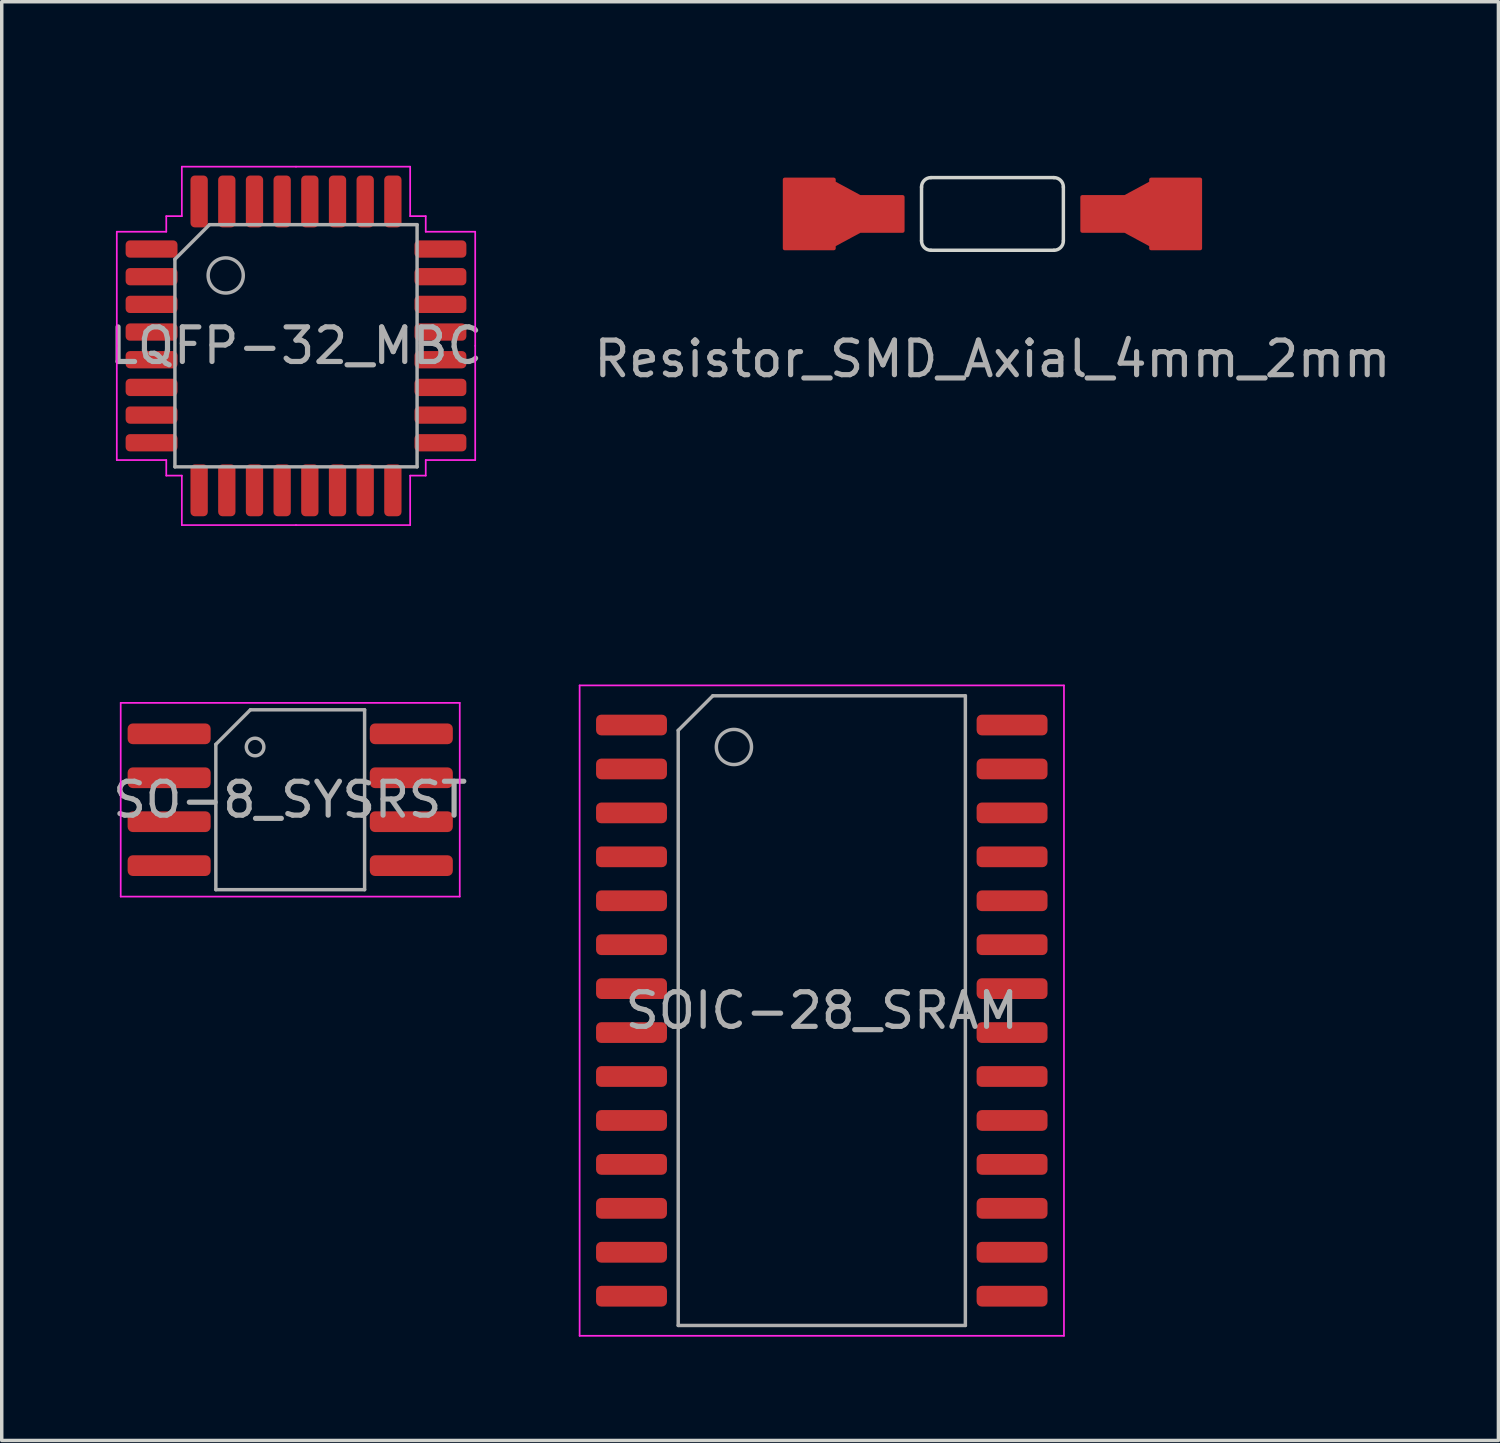
<source format=kicad_pcb>
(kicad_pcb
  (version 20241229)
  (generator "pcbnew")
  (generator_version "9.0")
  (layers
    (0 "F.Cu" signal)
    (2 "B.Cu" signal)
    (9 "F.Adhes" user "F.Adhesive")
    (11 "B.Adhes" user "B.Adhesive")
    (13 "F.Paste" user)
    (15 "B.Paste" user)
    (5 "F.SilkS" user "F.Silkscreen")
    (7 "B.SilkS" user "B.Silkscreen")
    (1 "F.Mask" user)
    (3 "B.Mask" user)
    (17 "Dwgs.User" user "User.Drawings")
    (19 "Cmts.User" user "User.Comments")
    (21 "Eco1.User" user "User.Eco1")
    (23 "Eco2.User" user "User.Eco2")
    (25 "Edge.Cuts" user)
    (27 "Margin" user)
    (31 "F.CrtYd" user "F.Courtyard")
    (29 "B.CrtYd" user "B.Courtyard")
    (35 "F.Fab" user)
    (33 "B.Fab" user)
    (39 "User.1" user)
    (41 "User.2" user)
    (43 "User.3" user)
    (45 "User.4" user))
  (footprint "SO-8_SYSRST"
    (layer "F.Cu")
    (at 5.339 20.066)
    (property "Reference" "SO-8_SYSRST" (at 0 -4.064 0) (layer "F.Mask") (effects (font (size 1 1) (thickness 0.15))))
    (attr smd)
    (fp_line (start -4.9 -2.8) (end -4.9 2.8) (stroke (width 0.05) (type solid)) (layer "F.CrtYd"))
    (fp_line (start -4.9 2.8) (end 4.9 2.8) (stroke (width 0.05) (type solid)) (layer "F.CrtYd"))
    (fp_line (start 4.9 -2.8) (end -4.9 -2.8) (stroke (width 0.05) (type solid)) (layer "F.CrtYd"))
    (fp_line (start 4.9 2.8) (end 4.9 -2.8) (stroke (width 0.05) (type solid)) (layer "F.CrtYd"))
    (fp_line (start -2.15 -1.6) (end -1.15 -2.6) (stroke (width 0.1) (type solid)) (layer "F.Fab"))
    (fp_line (start -2.15 2.6) (end -2.15 -1.6) (stroke (width 0.1) (type solid)) (layer "F.Fab"))
    (fp_line (start 2.15 -2.6) (end -1.15 -2.6) (stroke (width 0.1) (type solid)) (layer "F.Fab"))
    (fp_line (start 2.15 -2.6) (end 2.15 2.6) (stroke (width 0.1) (type solid)) (layer "F.Fab"))
    (fp_line (start 2.15 2.6) (end -2.15 2.6) (stroke (width 0.1) (type solid)) (layer "F.Fab"))
    (fp_circle (center -1.016 -1.524) (end -0.762 -1.524) (stroke (width 0.1) (type solid)) (fill no) (layer "F.Fab"))
    (fp_text user "${REFERENCE}" (at 0 0 0) (layer "F.Fab") (effects (font (size 0.98 0.98) (thickness 0.15))))
    (pad "1" smd roundrect (at -3.5 -1.905) (size 2.4 0.6) (layers "F.Cu" "F.Mask" "F.Paste") (roundrect_rratio 0.25))
    (pad "2" smd roundrect (at -3.5 -0.635) (size 2.4 0.6) (layers "F.Cu" "F.Mask" "F.Paste") (roundrect_rratio 0.25))
    (pad "3" smd roundrect (at -3.5 0.635) (size 2.4 0.6) (layers "F.Cu" "F.Mask" "F.Paste") (roundrect_rratio 0.25))
    (pad "4" smd roundrect (at -3.5 1.905) (size 2.4 0.6) (layers "F.Cu" "F.Mask" "F.Paste") (roundrect_rratio 0.25))
    (pad "5" smd roundrect (at 3.5 1.905) (size 2.4 0.6) (layers "F.Cu" "F.Mask" "F.Paste") (roundrect_rratio 0.25))
    (pad "6" smd roundrect (at 3.5 0.635) (size 2.4 0.6) (layers "F.Cu" "F.Mask" "F.Paste") (roundrect_rratio 0.25))
    (pad "7" smd roundrect (at 3.5 -0.635) (size 2.4 0.6) (layers "F.Cu" "F.Mask" "F.Paste") (roundrect_rratio 0.25))
    (pad "8" smd roundrect (at 3.5 -1.905) (size 2.4 0.6) (layers "F.Cu" "F.Mask" "F.Paste") (roundrect_rratio 0.25))
    (zone (net_name "") (layer "F.Cu") (name "PAD_FIX") (hatch edge 0.508) (connect_pads) (min_thickness 0.254) (filled_areas_thickness no) (keepout (tracks allowed) (vias allowed) (pads allowed) (copperpour not_allowed) (footprints allowed)) (placement (enabled no)) (fill) (polygon (pts (xy 3.18 22.352) (xy 0.513 22.352) (xy 0.513 17.78) (xy 3.18 17.78))))
    (zone (net_name "") (layer "F.Cu") (name "PAD_FIX") (hatch edge 0.508) (connect_pads) (min_thickness 0.254) (filled_areas_thickness no) (keepout (tracks allowed) (vias allowed) (pads allowed) (copperpour not_allowed) (footprints allowed)) (placement (enabled no)) (fill) (polygon (pts (xy 10.165 22.352) (xy 7.498 22.352) (xy 7.498 17.78) (xy 10.165 17.78)))))
  (footprint "LQFP-32_MBC"
    (layer "F.Cu")
    (at 5.506 6.944)
    (property "Reference" "LQFP-32_MBC" (at 0 -6.096 0) (layer "F.Mask") (effects (font (size 1 1) (thickness 0.15))))
    (attr through_hole)
    (fp_line (start -5.18 -3.296) (end -5.18 0.004) (stroke (width 0.05) (type solid)) (layer "F.CrtYd"))
    (fp_line (start -5.18 3.304) (end -5.18 0.004) (stroke (width 0.05) (type solid)) (layer "F.CrtYd"))
    (fp_line (start -3.75 -3.746) (end -3.75 -3.296) (stroke (width 0.05) (type solid)) (layer "F.CrtYd"))
    (fp_line (start -3.75 -3.296) (end -5.18 -3.296) (stroke (width 0.05) (type solid)) (layer "F.CrtYd"))
    (fp_line (start -3.75 3.304) (end -5.18 3.304) (stroke (width 0.05) (type solid)) (layer "F.CrtYd"))
    (fp_line (start -3.75 3.754) (end -3.75 3.304) (stroke (width 0.05) (type solid)) (layer "F.CrtYd"))
    (fp_line (start -3.3 -5.176) (end -3.3 -3.746) (stroke (width 0.05) (type solid)) (layer "F.CrtYd"))
    (fp_line (start -3.3 -3.746) (end -3.75 -3.746) (stroke (width 0.05) (type solid)) (layer "F.CrtYd"))
    (fp_line (start -3.3 3.754) (end -3.75 3.754) (stroke (width 0.05) (type solid)) (layer "F.CrtYd"))
    (fp_line (start -3.3 5.184) (end -3.3 3.754) (stroke (width 0.05) (type solid)) (layer "F.CrtYd"))
    (fp_line (start -0.000322 -5.176) (end -3.3 -5.176) (stroke (width 0.05) (type solid)) (layer "F.CrtYd"))
    (fp_line (start -0.000322 -5.176) (end 3.3 -5.176) (stroke (width 0.05) (type solid)) (layer "F.CrtYd"))
    (fp_line (start -0.000322 5.184) (end -3.3 5.184) (stroke (width 0.05) (type solid)) (layer "F.CrtYd"))
    (fp_line (start -0.000322 5.184) (end 3.3 5.184) (stroke (width 0.05) (type solid)) (layer "F.CrtYd"))
    (fp_line (start 3.3 -5.176) (end 3.3 -3.746) (stroke (width 0.05) (type solid)) (layer "F.CrtYd"))
    (fp_line (start 3.3 -3.746) (end 3.75 -3.746) (stroke (width 0.05) (type solid)) (layer "F.CrtYd"))
    (fp_line (start 3.3 3.754) (end 3.75 3.754) (stroke (width 0.05) (type solid)) (layer "F.CrtYd"))
    (fp_line (start 3.3 5.184) (end 3.3 3.754) (stroke (width 0.05) (type solid)) (layer "F.CrtYd"))
    (fp_line (start 3.75 -3.746) (end 3.75 -3.296) (stroke (width 0.05) (type solid)) (layer "F.CrtYd"))
    (fp_line (start 3.75 -3.296) (end 5.18 -3.296) (stroke (width 0.05) (type solid)) (layer "F.CrtYd"))
    (fp_line (start 3.75 3.304) (end 5.18 3.304) (stroke (width 0.05) (type solid)) (layer "F.CrtYd"))
    (fp_line (start 3.75 3.754) (end 3.75 3.304) (stroke (width 0.05) (type solid)) (layer "F.CrtYd"))
    (fp_line (start 5.18 -3.296) (end 5.18 0.004) (stroke (width 0.05) (type solid)) (layer "F.CrtYd"))
    (fp_line (start 5.18 3.304) (end 5.18 0.004) (stroke (width 0.05) (type solid)) (layer "F.CrtYd"))
    (fp_line (start -3.5 -2.5) (end -2.5 -3.5) (stroke (width 0.1) (type solid)) (layer "F.Fab"))
    (fp_line (start -3.5 3.5) (end -3.5 -2.5) (stroke (width 0.1) (type solid)) (layer "F.Fab"))
    (fp_line (start -2.5 -3.5) (end 3.5 -3.5) (stroke (width 0.1) (type solid)) (layer "F.Fab"))
    (fp_line (start 3.5 3.5) (end -3.5 3.5) (stroke (width 0.1) (type solid)) (layer "F.Fab"))
    (fp_line (start 3.5 3.5) (end 3.5 -3.5) (stroke (width 0.1) (type solid)) (layer "F.Fab"))
    (fp_circle (center -2.032 -2.032) (end -1.524 -2.032) (stroke (width 0.1) (type solid)) (fill no) (layer "F.Fab"))
    (fp_text user "${REFERENCE}" (at 0 0 0) (layer "F.Fab") (effects (font (size 1 1) (thickness 0.15))))
    (pad "1" smd roundrect (at -4.175 -2.796) (size 1.5 0.5) (layers "F.Cu" "F.Mask" "F.Paste") (roundrect_rratio 0.25))
    (pad "2" smd roundrect (at -4.175 -1.996) (size 1.5 0.5) (layers "F.Cu" "F.Mask" "F.Paste") (roundrect_rratio 0.25))
    (pad "3" smd roundrect (at -4.175 -1.196) (size 1.5 0.5) (layers "F.Cu" "F.Mask" "F.Paste") (roundrect_rratio 0.25))
    (pad "4" smd roundrect (at -4.175 -0.396) (size 1.5 0.5) (layers "F.Cu" "F.Mask" "F.Paste") (roundrect_rratio 0.25))
    (pad "5" smd roundrect (at -4.175 0.404) (size 1.5 0.5) (layers "F.Cu" "F.Mask" "F.Paste") (roundrect_rratio 0.25))
    (pad "6" smd roundrect (at -4.175 1.204) (size 1.5 0.5) (layers "F.Cu" "F.Mask" "F.Paste") (roundrect_rratio 0.25))
    (pad "7" smd roundrect (at -4.175 2.004) (size 1.5 0.5) (layers "F.Cu" "F.Mask" "F.Paste") (roundrect_rratio 0.25))
    (pad "8" smd roundrect (at -4.175 2.804) (size 1.5 0.5) (layers "F.Cu" "F.Mask" "F.Paste") (roundrect_rratio 0.25))
    (pad "9" smd roundrect (at -2.8 4.179) (size 0.5 1.5) (layers "F.Cu" "F.Mask" "F.Paste") (roundrect_rratio 0.25))
    (pad "10" smd roundrect (at -2 4.179) (size 0.5 1.5) (layers "F.Cu" "F.Mask" "F.Paste") (roundrect_rratio 0.25))
    (pad "11" smd roundrect (at -1.2 4.179) (size 0.5 1.5) (layers "F.Cu" "F.Mask" "F.Paste") (roundrect_rratio 0.25))
    (pad "12" smd roundrect (at -0.4 4.179) (size 0.5 1.5) (layers "F.Cu" "F.Mask" "F.Paste") (roundrect_rratio 0.25))
    (pad "13" smd roundrect (at 0.4 4.179) (size 0.5 1.5) (layers "F.Cu" "F.Mask" "F.Paste") (roundrect_rratio 0.25))
    (pad "14" smd roundrect (at 1.2 4.179) (size 0.5 1.5) (layers "F.Cu" "F.Mask" "F.Paste") (roundrect_rratio 0.25))
    (pad "15" smd roundrect (at 2 4.179) (size 0.5 1.5) (layers "F.Cu" "F.Mask" "F.Paste") (roundrect_rratio 0.25))
    (pad "16" smd roundrect (at 2.8 4.179) (size 0.5 1.5) (layers "F.Cu" "F.Mask" "F.Paste") (roundrect_rratio 0.25))
    (pad "17" smd roundrect (at 4.175 2.804) (size 1.5 0.5) (layers "F.Cu" "F.Mask" "F.Paste") (roundrect_rratio 0.25))
    (pad "18" smd roundrect (at 4.175 2.004) (size 1.5 0.5) (layers "F.Cu" "F.Mask" "F.Paste") (roundrect_rratio 0.25))
    (pad "19" smd roundrect (at 4.175 1.204) (size 1.5 0.5) (layers "F.Cu" "F.Mask" "F.Paste") (roundrect_rratio 0.25))
    (pad "20" smd roundrect (at 4.175 0.404) (size 1.5 0.5) (layers "F.Cu" "F.Mask" "F.Paste") (roundrect_rratio 0.25))
    (pad "21" smd roundrect (at 4.175 -0.396) (size 1.5 0.5) (layers "F.Cu" "F.Mask" "F.Paste") (roundrect_rratio 0.25))
    (pad "22" smd roundrect (at 4.175 -1.196) (size 1.5 0.5) (layers "F.Cu" "F.Mask" "F.Paste") (roundrect_rratio 0.25))
    (pad "23" smd roundrect (at 4.175 -1.996) (size 1.5 0.5) (layers "F.Cu" "F.Mask" "F.Paste") (roundrect_rratio 0.25))
    (pad "24" smd roundrect (at 4.175 -2.796) (size 1.5 0.5) (layers "F.Cu" "F.Mask" "F.Paste") (roundrect_rratio 0.25))
    (pad "25" smd roundrect (at 2.8 -4.171) (size 0.5 1.5) (layers "F.Cu" "F.Mask" "F.Paste") (roundrect_rratio 0.25))
    (pad "26" smd roundrect (at 2 -4.171) (size 0.5 1.5) (layers "F.Cu" "F.Mask" "F.Paste") (roundrect_rratio 0.25))
    (pad "27" smd roundrect (at 1.2 -4.171) (size 0.5 1.5) (layers "F.Cu" "F.Mask" "F.Paste") (roundrect_rratio 0.25))
    (pad "28" smd roundrect (at 0.4 -4.171) (size 0.5 1.5) (layers "F.Cu" "F.Mask" "F.Paste") (roundrect_rratio 0.25))
    (pad "29" smd roundrect (at -0.4 -4.171) (size 0.5 1.5) (layers "F.Cu" "F.Mask" "F.Paste") (roundrect_rratio 0.25))
    (pad "30" smd roundrect (at -1.2 -4.171) (size 0.5 1.5) (layers "F.Cu" "F.Mask" "F.Paste") (roundrect_rratio 0.25))
    (pad "31" smd roundrect (at -2 -4.171) (size 0.5 1.5) (layers "F.Cu" "F.Mask" "F.Paste") (roundrect_rratio 0.25))
    (pad "32" smd roundrect (at -2.8 -4.171) (size 0.5 1.5) (layers "F.Cu" "F.Mask" "F.Paste") (roundrect_rratio 0.25)))
  (footprint "SOIC-28_SRAM"
    (layer "F.Cu")
    (at 20.704 26.162)
    (property "Reference" "SOIC-28_SRAM" (at 0 -10.16 180) (layer "F.Mask") (effects (font (size 1 1) (thickness 0.15))))
    (attr smd)
    (fp_line (start -7 -9.4) (end -7 9.4) (stroke (width 0.05) (type solid)) (layer "F.CrtYd"))
    (fp_line (start -7 9.4) (end 7 9.4) (stroke (width 0.05) (type solid)) (layer "F.CrtYd"))
    (fp_line (start 7 -9.4) (end -7 -9.4) (stroke (width 0.05) (type solid)) (layer "F.CrtYd"))
    (fp_line (start 7 9.4) (end 7 -9.4) (stroke (width 0.05) (type solid)) (layer "F.CrtYd"))
    (fp_line (start -4.15 -8.1) (end -3.15 -9.1) (stroke (width 0.1) (type solid)) (layer "F.Fab"))
    (fp_line (start -4.15 9.1) (end -4.15 -8.1) (stroke (width 0.1) (type solid)) (layer "F.Fab"))
    (fp_line (start -3.15 -9.1) (end 4.15 -9.1) (stroke (width 0.1) (type solid)) (layer "F.Fab"))
    (fp_line (start 4.15 -9.1) (end 4.15 9.1) (stroke (width 0.1) (type solid)) (layer "F.Fab"))
    (fp_line (start 4.15 9.1) (end -4.15 9.1) (stroke (width 0.1) (type solid)) (layer "F.Fab"))
    (fp_circle (center -2.54 -7.62) (end -2.032 -7.62) (stroke (width 0.1) (type solid)) (fill no) (layer "F.Fab"))
    (fp_text user "${REFERENCE}" (at 0 0 0) (layer "F.Fab") (effects (font (size 1 1) (thickness 0.15))))
    (pad "1" smd roundrect (at -5.5 -8.255) (size 2.05 0.6) (layers "F.Cu" "F.Mask" "F.Paste") (roundrect_rratio 0.25))
    (pad "2" smd roundrect (at -5.5 -6.985) (size 2.05 0.6) (layers "F.Cu" "F.Mask" "F.Paste") (roundrect_rratio 0.25))
    (pad "3" smd roundrect (at -5.5 -5.715) (size 2.05 0.6) (layers "F.Cu" "F.Mask" "F.Paste") (roundrect_rratio 0.25))
    (pad "4" smd roundrect (at -5.5 -4.445) (size 2.05 0.6) (layers "F.Cu" "F.Mask" "F.Paste") (roundrect_rratio 0.25))
    (pad "5" smd roundrect (at -5.5 -3.175) (size 2.05 0.6) (layers "F.Cu" "F.Mask" "F.Paste") (roundrect_rratio 0.25))
    (pad "6" smd roundrect (at -5.5 -1.905) (size 2.05 0.6) (layers "F.Cu" "F.Mask" "F.Paste") (roundrect_rratio 0.25))
    (pad "7" smd roundrect (at -5.5 -0.635) (size 2.05 0.6) (layers "F.Cu" "F.Mask" "F.Paste") (roundrect_rratio 0.25))
    (pad "8" smd roundrect (at -5.5 0.635) (size 2.05 0.6) (layers "F.Cu" "F.Mask" "F.Paste") (roundrect_rratio 0.25))
    (pad "9" smd roundrect (at -5.5 1.905) (size 2.05 0.6) (layers "F.Cu" "F.Mask" "F.Paste") (roundrect_rratio 0.25))
    (pad "10" smd roundrect (at -5.5 3.175) (size 2.05 0.6) (layers "F.Cu" "F.Mask" "F.Paste") (roundrect_rratio 0.25))
    (pad "11" smd roundrect (at -5.5 4.445) (size 2.05 0.6) (layers "F.Cu" "F.Mask" "F.Paste") (roundrect_rratio 0.25))
    (pad "12" smd roundrect (at -5.5 5.715) (size 2.05 0.6) (layers "F.Cu" "F.Mask" "F.Paste") (roundrect_rratio 0.25))
    (pad "13" smd roundrect (at -5.5 6.985) (size 2.05 0.6) (layers "F.Cu" "F.Mask" "F.Paste") (roundrect_rratio 0.25))
    (pad "14" smd roundrect (at -5.5 8.255) (size 2.05 0.6) (layers "F.Cu" "F.Mask" "F.Paste") (roundrect_rratio 0.25))
    (pad "15" smd roundrect (at 5.5 8.255) (size 2.05 0.6) (layers "F.Cu" "F.Mask" "F.Paste") (roundrect_rratio 0.25))
    (pad "16" smd roundrect (at 5.5 6.985) (size 2.05 0.6) (layers "F.Cu" "F.Mask" "F.Paste") (roundrect_rratio 0.25))
    (pad "17" smd roundrect (at 5.5 5.715) (size 2.05 0.6) (layers "F.Cu" "F.Mask" "F.Paste") (roundrect_rratio 0.25))
    (pad "18" smd roundrect (at 5.5 4.445) (size 2.05 0.6) (layers "F.Cu" "F.Mask" "F.Paste") (roundrect_rratio 0.25))
    (pad "19" smd roundrect (at 5.5 3.175) (size 2.05 0.6) (layers "F.Cu" "F.Mask" "F.Paste") (roundrect_rratio 0.25))
    (pad "20" smd roundrect (at 5.5 1.905) (size 2.05 0.6) (layers "F.Cu" "F.Mask" "F.Paste") (roundrect_rratio 0.25))
    (pad "21" smd roundrect (at 5.5 0.635) (size 2.05 0.6) (layers "F.Cu" "F.Mask" "F.Paste") (roundrect_rratio 0.25))
    (pad "22" smd roundrect (at 5.5 -0.635) (size 2.05 0.6) (layers "F.Cu" "F.Mask" "F.Paste") (roundrect_rratio 0.25))
    (pad "23" smd roundrect (at 5.5 -1.905) (size 2.05 0.6) (layers "F.Cu" "F.Mask" "F.Paste") (roundrect_rratio 0.25))
    (pad "24" smd roundrect (at 5.5 -3.175) (size 2.05 0.6) (layers "F.Cu" "F.Mask" "F.Paste") (roundrect_rratio 0.25))
    (pad "25" smd roundrect (at 5.5 -4.445) (size 2.05 0.6) (layers "F.Cu" "F.Mask" "F.Paste") (roundrect_rratio 0.25))
    (pad "26" smd roundrect (at 5.5 -5.715) (size 2.05 0.6) (layers "F.Cu" "F.Mask" "F.Paste") (roundrect_rratio 0.25))
    (pad "27" smd roundrect (at 5.5 -6.985) (size 2.05 0.6) (layers "F.Cu" "F.Mask" "F.Paste") (roundrect_rratio 0.25))
    (pad "28" smd roundrect (at 5.5 -8.255) (size 2.05 0.6) (layers "F.Cu" "F.Mask" "F.Paste") (roundrect_rratio 0.25))
    (zone (net_name "") (layer "F.Cu") (name "PAD_FIX") (hatch edge 0.508) (connect_pads) (min_thickness 0.254) (filled_areas_thickness no) (keepout (tracks allowed) (vias allowed) (pads allowed) (copperpour not_allowed) (footprints allowed)) (placement (enabled no)) (fill) (polygon (pts (xy 16.369 34.879) (xy 16.115 35.133) (xy 14.337 35.133) (xy 14.083 34.879) (xy 14.083 17.607) (xy 14.337 17.353) (xy 16.115 17.353) (xy 16.369 17.607))))
    (zone (net_name "") (layer "F.Cu") (name "PAD_FIX") (hatch edge 0.508) (connect_pads) (min_thickness 0.254) (filled_areas_thickness no) (keepout (tracks allowed) (vias allowed) (pads allowed) (copperpour not_allowed) (footprints allowed)) (placement (enabled no)) (fill) (polygon (pts (xy 27.376 34.796) (xy 27.122 35.05) (xy 25.344 35.05) (xy 25.09 34.796) (xy 25.09 17.524) (xy 25.344 17.27) (xy 27.122 17.27) (xy 27.376 17.524)))))
  (footprint "Resistor_SMD_Axial_4mm_2mm"
    (layer "F.Cu")
    (at 25.637 3.134)
    (property "Reference" "Resistor_SMD_Axial_4mm_2mm" (at 0 -2.286 0) (unlocked yes) (layer "F.Mask") (effects (font (size 1 1) (thickness 0.15))))
    (attr smd)
    (fp_line (start -2.05 0.778) (end -2.05 -0.778) (stroke (width 0.1) (type solid)) (layer "Edge.Cuts"))
    (fp_line (start -1.778 -1.05) (end 1.778 -1.05) (stroke (width 0.1) (type solid)) (layer "Edge.Cuts"))
    (fp_line (start -1.778 1.05) (end 1.778 1.05) (stroke (width 0.1) (type solid)) (layer "Edge.Cuts"))
    (fp_line (start 2.05 -0.778) (end 2.05 0.778) (stroke (width 0.1) (type solid)) (layer "Edge.Cuts"))
    (fp_arc (start -2.05 -0.778) (mid -1.970333 -0.970333) (end -1.778 -1.05) (stroke (width 0.1) (type solid)) (layer "Edge.Cuts"))
    (fp_arc (start -1.778 1.05) (mid -1.970333 0.970333) (end -2.05 0.778) (stroke (width 0.1) (type solid)) (layer "Edge.Cuts"))
    (fp_arc (start 1.778 -1.05) (mid 1.970333 -0.970333) (end 2.05 -0.778) (stroke (width 0.1) (type solid)) (layer "Edge.Cuts"))
    (fp_arc (start 2.05 0.778) (mid 1.970333 0.970333) (end 1.778 1.05) (stroke (width 0.1) (type solid)) (layer "Edge.Cuts"))
    (fp_text user "${REFERENCE}" (at 0 4.191 0) (unlocked yes) (layer "F.Fab") (effects (font (size 1 1) (thickness 0.15))))
    (pad "1" smd custom (at -3.21 0) (size 1.25 1) (layers "F.Cu" "F.Mask" "F.Paste") (options (anchor rect)) (primitives (gr_poly (pts (xy 0.62 -0.495) (xy -0.62 -0.495) (xy -1.37 -0.9) (xy -1.37 -1) (xy -2.8 -1) (xy -2.8 1) (xy -1.37 1) (xy -1.37 0.9) (xy -0.62 0.495) (xy 0.62 0.495)) (width 0.1) (fill yes))))
    (pad "2" smd custom (at 3.21 0 180) (size 1.25 1) (layers "F.Cu" "F.Mask" "F.Paste") (options (anchor rect)) (primitives (gr_poly (pts (xy 0.62 -0.495) (xy -0.62 -0.495) (xy -1.37 -0.9) (xy -1.37 -1) (xy -2.8 -1) (xy -2.8 1) (xy -1.37 1) (xy -1.37 0.9) (xy -0.62 0.495) (xy 0.62 0.495)) (width 0.1) (fill yes))))
    (zone (net_name "") (layer "F.Cu") (name "BLANK") (hatch edge 0.508) (connect_pads) (min_thickness 0.254) (filled_areas_thickness no) (keepout (tracks allowed) (vias allowed) (pads allowed) (copperpour not_allowed) (footprints allowed)) (placement (enabled no)) (fill) (polygon (pts (xy 30.187 4.184) (xy 21.087 4.184) (xy 21.087 2.084) (xy 30.187 2.084)))))
  (gr_rect
    (start -3 -3)
    (end 40.262 38.587)
    (stroke (width 0.1) (type default))
    (fill no)
    (layer "Edge.Cuts")))
</source>
